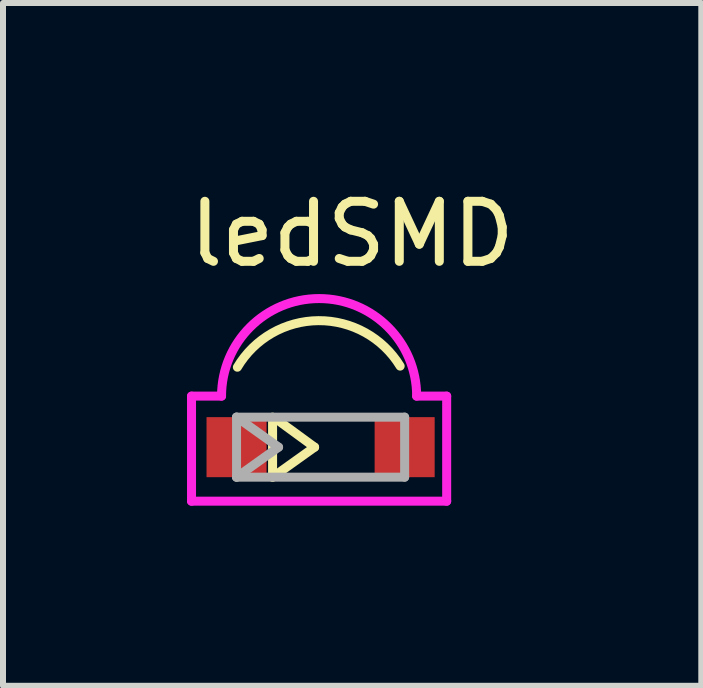
<source format=kicad_pcb>
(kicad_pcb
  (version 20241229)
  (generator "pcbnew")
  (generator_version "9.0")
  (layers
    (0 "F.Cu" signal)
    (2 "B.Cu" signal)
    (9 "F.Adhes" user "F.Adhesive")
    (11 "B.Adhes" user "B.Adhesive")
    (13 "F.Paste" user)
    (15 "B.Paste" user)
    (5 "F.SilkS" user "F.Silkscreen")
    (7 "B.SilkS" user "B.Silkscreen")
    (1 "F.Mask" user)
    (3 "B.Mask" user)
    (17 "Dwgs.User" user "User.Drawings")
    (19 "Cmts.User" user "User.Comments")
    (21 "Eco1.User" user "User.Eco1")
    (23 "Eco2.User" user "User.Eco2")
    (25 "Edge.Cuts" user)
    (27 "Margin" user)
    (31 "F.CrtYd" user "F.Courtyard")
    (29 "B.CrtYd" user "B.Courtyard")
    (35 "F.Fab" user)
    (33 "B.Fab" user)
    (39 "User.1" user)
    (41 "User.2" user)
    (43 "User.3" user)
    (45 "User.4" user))
  (footprint "ledSMD"
    (layer "F.Cu")
    (at 2.69 4.398)
    (property "Reference" "ledSMD" (at 0.125 -3.55 0) (layer "F.SilkS") (effects (font (size 1 1) (thickness 0.15))))
    (attr smd)
    (fp_line (start -1.2 0.5) (end -1.2 -0.5) (stroke (width 0.15) (type solid)) (layer "F.SilkS"))
    (fp_line (start -1.15 -0.475) (end -0.5 0) (stroke (width 0.15) (type solid)) (layer "F.SilkS"))
    (fp_line (start -0.5 0) (end -1.2 0.5) (stroke (width 0.15) (type solid)) (layer "F.SilkS"))
    (fp_arc (start -1.786089 -1.331572) (mid -0.435753 -2.107089) (end 0.924999 -1.349999) (stroke (width 0.15) (type solid)) (layer "F.SilkS"))
    (fp_line (start -2.55 -0.85) (end -2.55 0.9) (stroke (width 0.15) (type solid)) (layer "F.CrtYd"))
    (fp_line (start -2.55 -0.85) (end -2.05 -0.85) (stroke (width 0.15) (type solid)) (layer "F.CrtYd"))
    (fp_line (start -2.55 0.9) (end 1.7 0.9) (stroke (width 0.15) (type solid)) (layer "F.CrtYd"))
    (fp_line (start 1.2 -0.85) (end 1.7 -0.85) (stroke (width 0.15) (type solid)) (layer "F.CrtYd"))
    (fp_line (start 1.7 0.9) (end 1.7 -0.85) (stroke (width 0.15) (type solid)) (layer "F.CrtYd"))
    (fp_arc (start -2.05 -0.85) (mid -0.425 -2.475) (end 1.2 -0.85) (stroke (width 0.15) (type solid)) (layer "F.CrtYd"))
    (fp_line (start -1.8 -0.5) (end -1.1 0) (stroke (width 0.15) (type solid)) (layer "F.Fab"))
    (fp_line (start -1.8 -0.5) (end 1 -0.5) (stroke (width 0.15) (type solid)) (layer "F.Fab"))
    (fp_line (start -1.8 0.5) (end -1.8 -0.5) (stroke (width 0.15) (type solid)) (layer "F.Fab"))
    (fp_line (start -1.1 0) (end -1.8 0.5) (stroke (width 0.15) (type solid)) (layer "F.Fab"))
    (fp_line (start 1 -0.5) (end 1 0.5) (stroke (width 0.15) (type solid)) (layer "F.Fab"))
    (fp_line (start 1 0.5) (end -1.8 0.5) (stroke (width 0.15) (type solid)) (layer "F.Fab"))
    (pad "1" smd rect (at -1.8 0) (size 1 1) (layers "F.Cu" "F.Mask" "F.Paste"))
    (pad "2" smd rect (at 1 0) (size 1 1) (layers "F.Cu" "F.Mask" "F.Paste")))
  (gr_rect
    (start -3 -3)
    (end 8.631 8.373)
    (stroke (width 0.1) (type default))
    (fill no)
    (layer "Edge.Cuts")))
</source>
